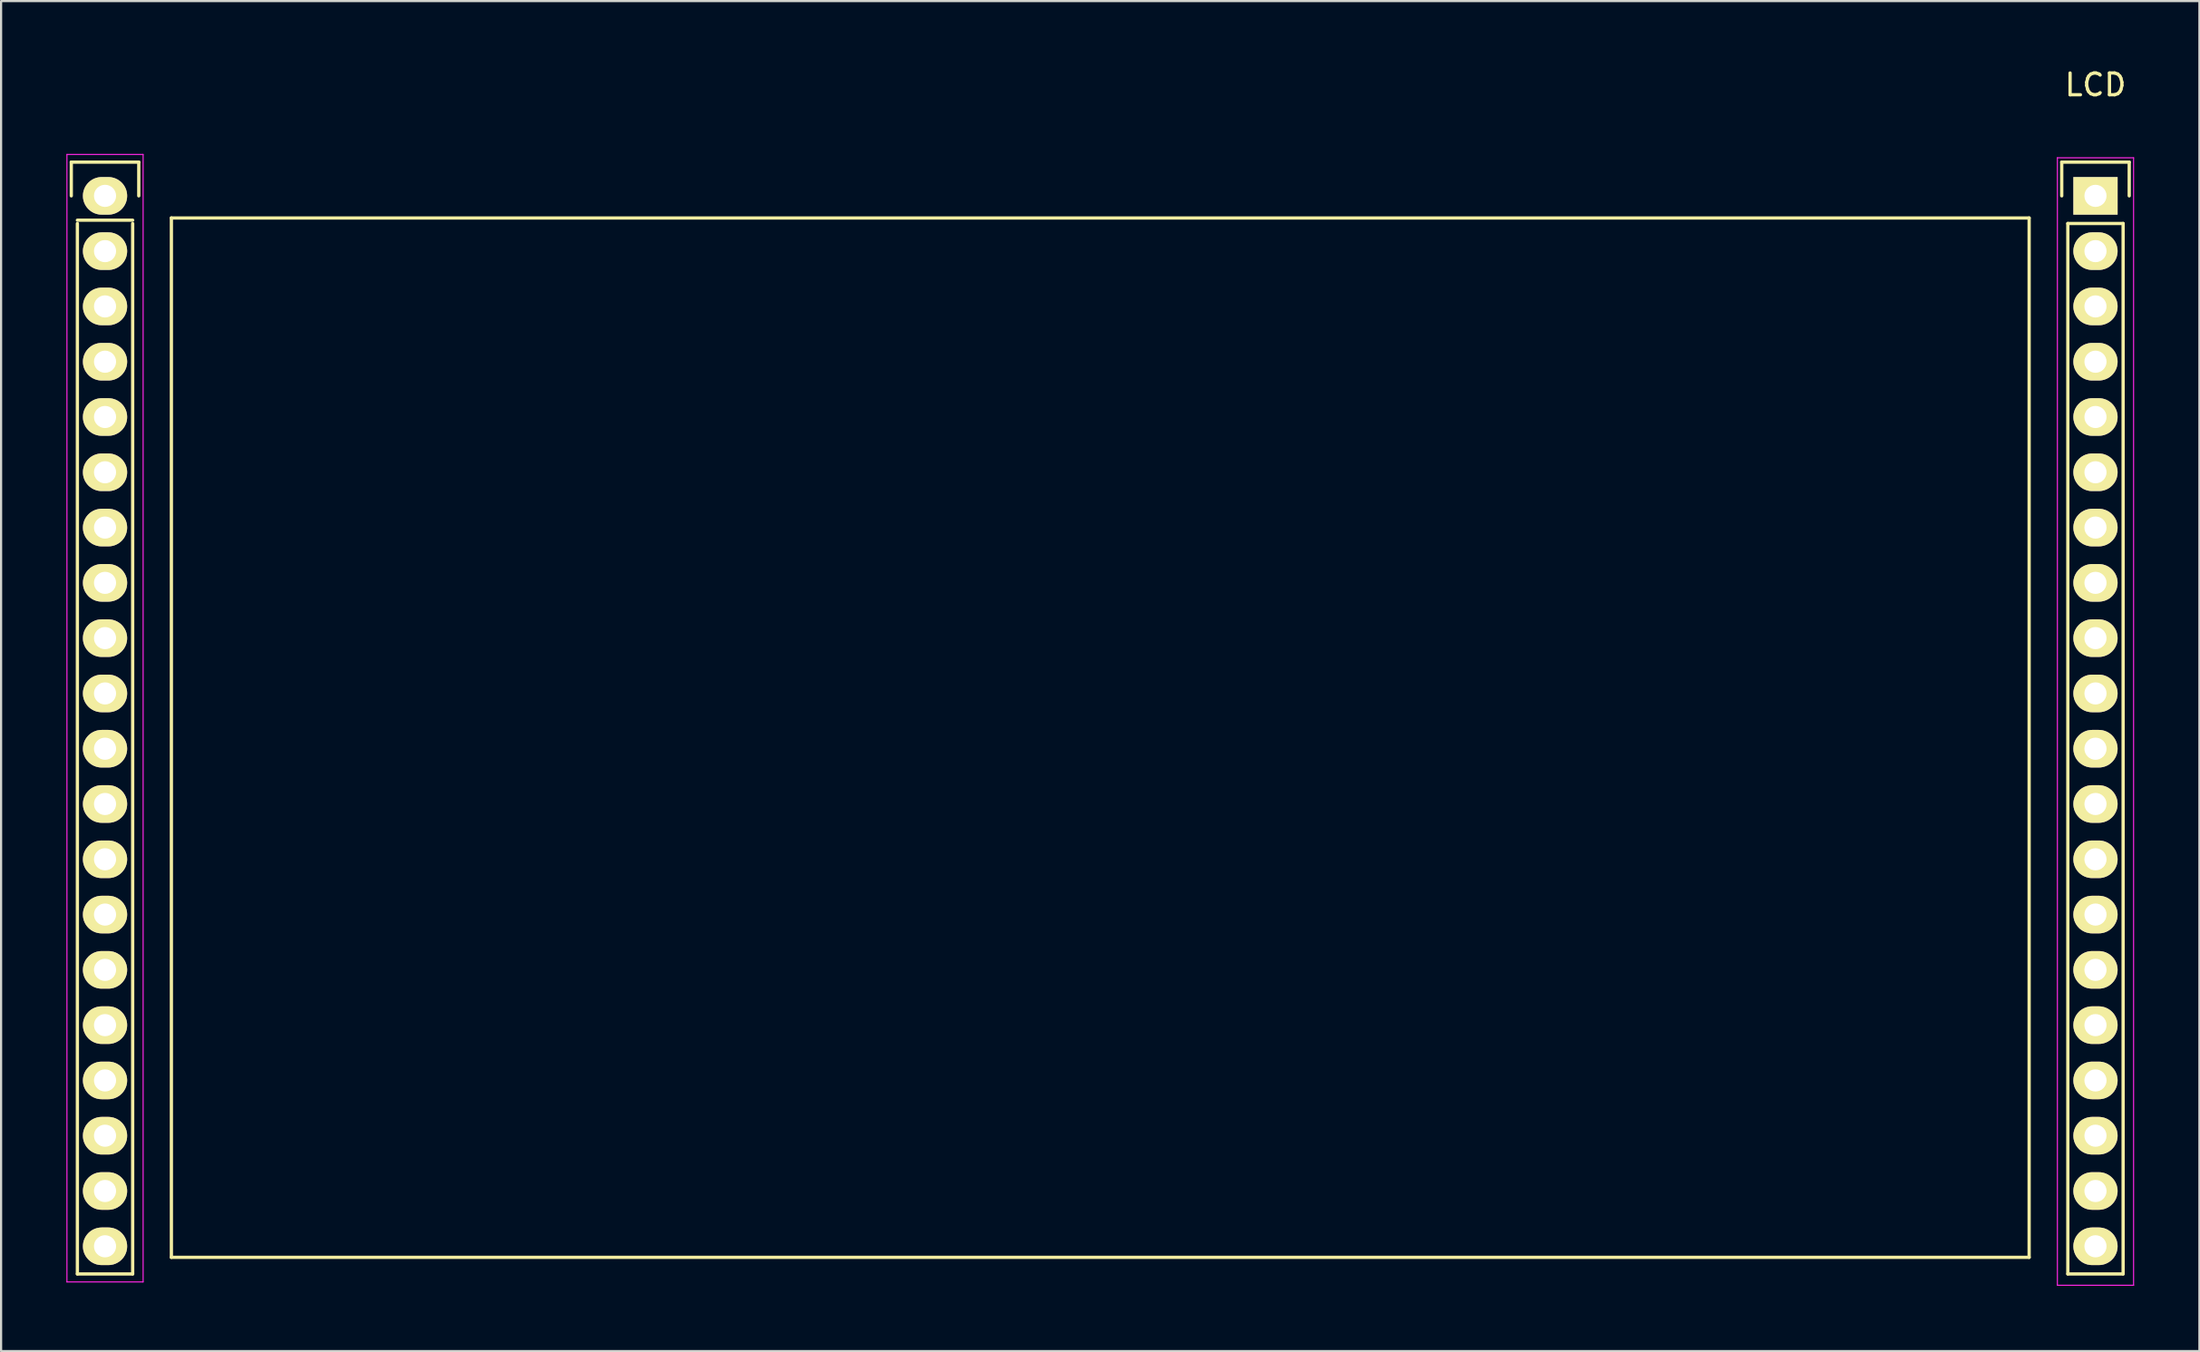
<source format=kicad_pcb>
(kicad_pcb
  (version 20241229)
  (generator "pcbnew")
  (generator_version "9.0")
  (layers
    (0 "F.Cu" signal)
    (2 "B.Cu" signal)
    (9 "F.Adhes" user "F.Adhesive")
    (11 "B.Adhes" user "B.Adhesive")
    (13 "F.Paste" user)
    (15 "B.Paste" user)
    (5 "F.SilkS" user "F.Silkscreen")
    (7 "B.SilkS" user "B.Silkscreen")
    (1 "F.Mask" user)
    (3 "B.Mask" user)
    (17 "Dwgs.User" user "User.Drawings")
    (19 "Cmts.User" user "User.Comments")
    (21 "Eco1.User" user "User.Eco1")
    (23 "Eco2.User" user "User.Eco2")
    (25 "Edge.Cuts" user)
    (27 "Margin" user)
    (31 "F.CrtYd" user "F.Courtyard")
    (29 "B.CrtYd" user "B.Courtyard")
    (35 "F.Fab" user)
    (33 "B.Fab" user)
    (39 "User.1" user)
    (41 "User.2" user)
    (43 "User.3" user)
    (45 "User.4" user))
  (footprint "LCD"
    (layer "F.Cu")
    (at 93.215 5.948)
    (property "Reference" "LCD" (at 0 -5.1 0) (layer "F.SilkS") (effects (font (size 1 1) (thickness 0.15))))
    (attr through_hole)
    (fp_line (start -92.99 -1.55) (end -89.89 -1.55) (stroke (width 0.15) (type solid)) (layer "F.SilkS"))
    (fp_line (start -92.99 0) (end -92.99 -1.55) (stroke (width 0.15) (type solid)) (layer "F.SilkS"))
    (fp_line (start -92.71 49.53) (end -92.71 1.27) (stroke (width 0.15) (type solid)) (layer "F.SilkS"))
    (fp_line (start -90.17 1.118) (end -92.71 1.118) (stroke (width 0.15) (type solid)) (layer "F.SilkS"))
    (fp_line (start -90.17 1.27) (end -90.17 49.53) (stroke (width 0.15) (type solid)) (layer "F.SilkS"))
    (fp_line (start -90.17 49.53) (end -92.71 49.53) (stroke (width 0.15) (type solid)) (layer "F.SilkS"))
    (fp_line (start -89.89 -1.55) (end -89.89 0) (stroke (width 0.15) (type solid)) (layer "F.SilkS"))
    (fp_line (start -88.392 1.016) (end -3.048 1.016) (stroke (width 0.15) (type solid)) (layer "F.SilkS"))
    (fp_line (start -88.392 48.768) (end -88.392 1.016) (stroke (width 0.15) (type solid)) (layer "F.SilkS"))
    (fp_line (start -3.048 1.016) (end -3.048 48.768) (stroke (width 0.15) (type solid)) (layer "F.SilkS"))
    (fp_line (start -3.048 48.768) (end -88.392 48.768) (stroke (width 0.15) (type solid)) (layer "F.SilkS"))
    (fp_line (start -1.55 -1.55) (end 1.55 -1.55) (stroke (width 0.15) (type solid)) (layer "F.SilkS"))
    (fp_line (start -1.55 0) (end -1.55 -1.55) (stroke (width 0.15) (type solid)) (layer "F.SilkS"))
    (fp_line (start -1.27 49.53) (end -1.27 1.27) (stroke (width 0.15) (type solid)) (layer "F.SilkS"))
    (fp_line (start 1.27 1.27) (end -1.27 1.27) (stroke (width 0.15) (type solid)) (layer "F.SilkS"))
    (fp_line (start 1.27 1.27) (end 1.27 49.53) (stroke (width 0.15) (type solid)) (layer "F.SilkS"))
    (fp_line (start 1.27 49.53) (end -1.27 49.53) (stroke (width 0.15) (type solid)) (layer "F.SilkS"))
    (fp_line (start 1.55 -1.55) (end 1.55 0) (stroke (width 0.15) (type solid)) (layer "F.SilkS"))
    (fp_line (start -93.19 -1.902) (end -93.19 49.898) (stroke (width 0.05) (type solid)) (layer "F.CrtYd"))
    (fp_line (start -93.19 -1.902) (end -89.69 -1.902) (stroke (width 0.05) (type solid)) (layer "F.CrtYd"))
    (fp_line (start -93.19 49.898) (end -89.69 49.898) (stroke (width 0.05) (type solid)) (layer "F.CrtYd"))
    (fp_line (start -89.69 -1.902) (end -89.69 49.898) (stroke (width 0.05) (type solid)) (layer "F.CrtYd"))
    (fp_line (start -1.75 -1.75) (end -1.75 50.05) (stroke (width 0.05) (type solid)) (layer "F.CrtYd"))
    (fp_line (start -1.75 -1.75) (end 1.75 -1.75) (stroke (width 0.05) (type solid)) (layer "F.CrtYd"))
    (fp_line (start -1.75 50.05) (end 1.75 50.05) (stroke (width 0.05) (type solid)) (layer "F.CrtYd"))
    (fp_line (start 1.75 -1.75) (end 1.75 50.05) (stroke (width 0.05) (type solid)) (layer "F.CrtYd"))
    (pad "1" thru_hole rect (at 0 0) (size 2.032 1.727) (drill 1.016) (layers "*.Cu" "*.Mask" "F.SilkS"))
    (pad "2" thru_hole oval (at 0 2.54) (size 2.032 1.727) (drill 1.016) (layers "*.Cu" "*.Mask" "F.SilkS"))
    (pad "3" thru_hole oval (at 0 5.08) (size 2.032 1.727) (drill 1.016) (layers "*.Cu" "*.Mask" "F.SilkS"))
    (pad "4" thru_hole oval (at 0 7.62) (size 2.032 1.727) (drill 1.016) (layers "*.Cu" "*.Mask" "F.SilkS"))
    (pad "5" thru_hole oval (at 0 10.16) (size 2.032 1.727) (drill 1.016) (layers "*.Cu" "*.Mask" "F.SilkS"))
    (pad "6" thru_hole oval (at 0 12.7) (size 2.032 1.727) (drill 1.016) (layers "*.Cu" "*.Mask" "F.SilkS"))
    (pad "7" thru_hole oval (at 0 15.24) (size 2.032 1.727) (drill 1.016) (layers "*.Cu" "*.Mask" "F.SilkS"))
    (pad "8" thru_hole oval (at 0 17.78) (size 2.032 1.727) (drill 1.016) (layers "*.Cu" "*.Mask" "F.SilkS"))
    (pad "9" thru_hole oval (at 0 20.32) (size 2.032 1.727) (drill 1.016) (layers "*.Cu" "*.Mask" "F.SilkS"))
    (pad "10" thru_hole oval (at 0 22.86) (size 2.032 1.727) (drill 1.016) (layers "*.Cu" "*.Mask" "F.SilkS"))
    (pad "11" thru_hole oval (at 0 25.4) (size 2.032 1.727) (drill 1.016) (layers "*.Cu" "*.Mask" "F.SilkS"))
    (pad "12" thru_hole oval (at 0 27.94) (size 2.032 1.727) (drill 1.016) (layers "*.Cu" "*.Mask" "F.SilkS"))
    (pad "13" thru_hole oval (at 0 30.48) (size 2.032 1.727) (drill 1.016) (layers "*.Cu" "*.Mask" "F.SilkS"))
    (pad "14" thru_hole oval (at 0 33.02) (size 2.032 1.727) (drill 1.016) (layers "*.Cu" "*.Mask" "F.SilkS"))
    (pad "15" thru_hole oval (at 0 35.56) (size 2.032 1.727) (drill 1.016) (layers "*.Cu" "*.Mask" "F.SilkS"))
    (pad "16" thru_hole oval (at 0 38.1) (size 2.032 1.727) (drill 1.016) (layers "*.Cu" "*.Mask" "F.SilkS"))
    (pad "17" thru_hole oval (at 0 40.64) (size 2.032 1.727) (drill 1.016) (layers "*.Cu" "*.Mask" "F.SilkS"))
    (pad "18" thru_hole oval (at 0 43.18) (size 2.032 1.727) (drill 1.016) (layers "*.Cu" "*.Mask" "F.SilkS"))
    (pad "19" thru_hole oval (at 0 45.72) (size 2.032 1.727) (drill 1.016) (layers "*.Cu" "*.Mask" "F.SilkS"))
    (pad "20" thru_hole oval (at 0 48.26) (size 2.032 1.727) (drill 1.016) (layers "*.Cu" "*.Mask" "F.SilkS"))
    (pad "21" thru_hole oval (at -91.44 48.26 180) (size 2.032 1.727) (drill 1.016) (layers "*.Cu" "*.Mask" "F.SilkS"))
    (pad "22" thru_hole oval (at -91.44 45.72 180) (size 2.032 1.727) (drill 1.016) (layers "*.Cu" "*.Mask" "F.SilkS"))
    (pad "23" thru_hole oval (at -91.44 43.18 180) (size 2.032 1.727) (drill 1.016) (layers "*.Cu" "*.Mask" "F.SilkS"))
    (pad "24" thru_hole oval (at -91.44 40.64 180) (size 2.032 1.727) (drill 1.016) (layers "*.Cu" "*.Mask" "F.SilkS"))
    (pad "25" thru_hole oval (at -91.44 38.1 180) (size 2.032 1.727) (drill 1.016) (layers "*.Cu" "*.Mask" "F.SilkS"))
    (pad "26" thru_hole oval (at -91.44 35.56 180) (size 2.032 1.727) (drill 1.016) (layers "*.Cu" "*.Mask" "F.SilkS"))
    (pad "27" thru_hole oval (at -91.44 33.02 180) (size 2.032 1.727) (drill 1.016) (layers "*.Cu" "*.Mask" "F.SilkS"))
    (pad "28" thru_hole oval (at -91.44 30.48 180) (size 2.032 1.727) (drill 1.016) (layers "*.Cu" "*.Mask" "F.SilkS"))
    (pad "29" thru_hole oval (at -91.44 27.94 180) (size 2.032 1.727) (drill 1.016) (layers "*.Cu" "*.Mask" "F.SilkS"))
    (pad "30" thru_hole oval (at -91.44 25.4 180) (size 2.032 1.727) (drill 1.016) (layers "*.Cu" "*.Mask" "F.SilkS"))
    (pad "31" thru_hole oval (at -91.44 22.86 180) (size 2.032 1.727) (drill 1.016) (layers "*.Cu" "*.Mask" "F.SilkS"))
    (pad "32" thru_hole oval (at -91.44 20.32 180) (size 2.032 1.727) (drill 1.016) (layers "*.Cu" "*.Mask" "F.SilkS"))
    (pad "33" thru_hole oval (at -91.44 17.78 180) (size 2.032 1.727) (drill 1.016) (layers "*.Cu" "*.Mask" "F.SilkS"))
    (pad "34" thru_hole oval (at -91.44 15.24 180) (size 2.032 1.727) (drill 1.016) (layers "*.Cu" "*.Mask" "F.SilkS"))
    (pad "35" thru_hole oval (at -91.44 12.7 180) (size 2.032 1.727) (drill 1.016) (layers "*.Cu" "*.Mask" "F.SilkS"))
    (pad "36" thru_hole oval (at -91.44 10.16 180) (size 2.032 1.727) (drill 1.016) (layers "*.Cu" "*.Mask" "F.SilkS"))
    (pad "37" thru_hole oval (at -91.44 7.62 180) (size 2.032 1.727) (drill 1.016) (layers "*.Cu" "*.Mask" "F.SilkS"))
    (pad "38" thru_hole oval (at -91.44 5.08 180) (size 2.032 1.727) (drill 1.016) (layers "*.Cu" "*.Mask" "F.SilkS"))
    (pad "39" thru_hole oval (at -91.44 2.54 180) (size 2.032 1.727) (drill 1.016) (layers "*.Cu" "*.Mask" "F.SilkS"))
    (pad "40" thru_hole oval (at -91.44 0 180) (size 2.032 1.727) (drill 1.016) (layers "*.Cu" "*.Mask" "F.SilkS")))
  (gr_rect
    (start -3 -3)
    (end 97.99 59.023)
    (stroke (width 0.1) (type default))
    (fill no)
    (layer "Edge.Cuts")))
</source>
